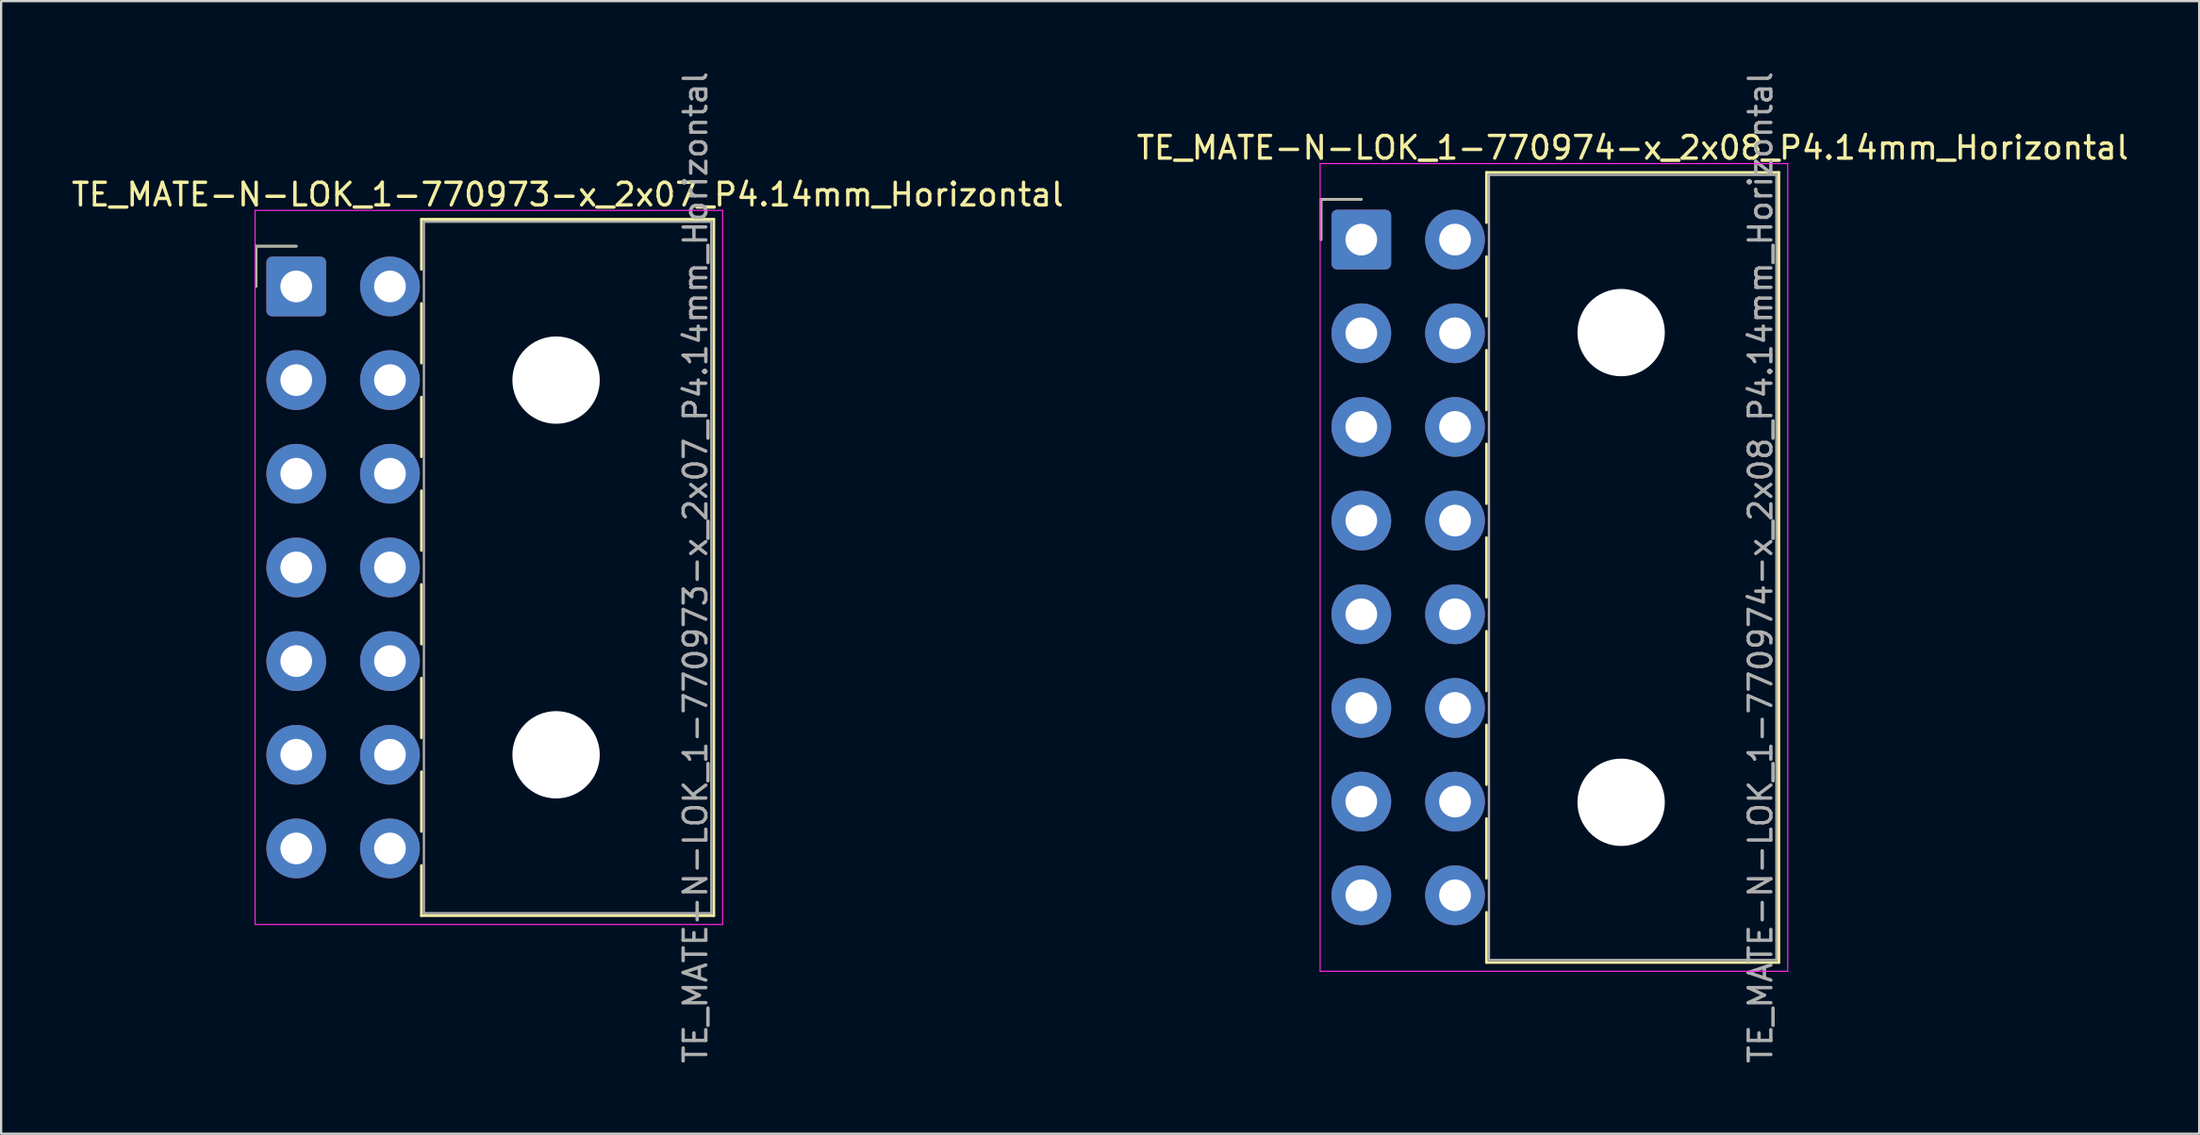
<source format=kicad_pcb>
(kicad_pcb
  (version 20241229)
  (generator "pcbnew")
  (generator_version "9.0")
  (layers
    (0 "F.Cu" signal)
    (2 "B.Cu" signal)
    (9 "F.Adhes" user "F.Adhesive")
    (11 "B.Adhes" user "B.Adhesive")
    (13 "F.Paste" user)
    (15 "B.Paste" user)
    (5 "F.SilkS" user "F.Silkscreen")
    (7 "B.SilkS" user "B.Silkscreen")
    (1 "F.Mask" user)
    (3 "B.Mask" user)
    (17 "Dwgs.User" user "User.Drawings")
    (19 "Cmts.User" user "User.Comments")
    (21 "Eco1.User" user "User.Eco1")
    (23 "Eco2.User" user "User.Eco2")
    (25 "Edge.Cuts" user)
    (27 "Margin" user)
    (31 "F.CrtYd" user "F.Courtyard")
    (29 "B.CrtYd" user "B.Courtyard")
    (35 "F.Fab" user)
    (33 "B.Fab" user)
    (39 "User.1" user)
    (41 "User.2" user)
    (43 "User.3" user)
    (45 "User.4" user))
  (footprint "TE_MATE-N-LOK_1-770974-x_2x08_P4.14mm_Horizontal"
    (layer "F.Cu")
    (at 57.099 7.54)
    (property "Reference" "TE_MATE-N-LOK_1-770974-x_2x08_P4.14mm_Horizontal" (at 11.99 -4.06 0) (layer "F.SilkS") (effects (font (size 1 1) (thickness 0.15))))
    (attr through_hole)
    (fp_line (start -1.78 -1.78) (end -1.78 0) (stroke (width 0.12) (type solid)) (layer "F.SilkS"))
    (fp_line (start 0 -1.78) (end -1.78 -1.78) (stroke (width 0.12) (type solid)) (layer "F.SilkS"))
    (fp_line (start 5.53 -2.97) (end 18.45 -2.97) (stroke (width 0.12) (type solid)) (layer "F.SilkS"))
    (fp_line (start 5.53 -0.751) (end 5.53 -2.97) (stroke (width 0.12) (type solid)) (layer "F.SilkS"))
    (fp_line (start 5.53 0.751) (end 5.53 3.389) (stroke (width 0.12) (type solid)) (layer "F.SilkS"))
    (fp_line (start 5.53 4.891) (end 5.53 7.529) (stroke (width 0.12) (type solid)) (layer "F.SilkS"))
    (fp_line (start 5.53 9.031) (end 5.53 11.669) (stroke (width 0.12) (type solid)) (layer "F.SilkS"))
    (fp_line (start 5.53 13.171) (end 5.53 15.809) (stroke (width 0.12) (type solid)) (layer "F.SilkS"))
    (fp_line (start 5.53 17.311) (end 5.53 19.949) (stroke (width 0.12) (type solid)) (layer "F.SilkS"))
    (fp_line (start 5.53 21.451) (end 5.53 24.089) (stroke (width 0.12) (type solid)) (layer "F.SilkS"))
    (fp_line (start 5.53 25.591) (end 5.53 28.229) (stroke (width 0.12) (type solid)) (layer "F.SilkS"))
    (fp_line (start 5.53 31.95) (end 5.53 29.731) (stroke (width 0.12) (type solid)) (layer "F.SilkS"))
    (fp_line (start 18.45 -2.97) (end 18.45 31.95) (stroke (width 0.12) (type solid)) (layer "F.SilkS"))
    (fp_line (start 18.45 31.95) (end 5.53 31.95) (stroke (width 0.12) (type solid)) (layer "F.SilkS"))
    (fp_line (start -1.82 -3.36) (end -1.82 32.34) (stroke (width 0.05) (type solid)) (layer "F.CrtYd"))
    (fp_line (start -1.82 32.34) (end 18.84 32.34) (stroke (width 0.05) (type solid)) (layer "F.CrtYd"))
    (fp_line (start 18.84 -3.36) (end -1.82 -3.36) (stroke (width 0.05) (type solid)) (layer "F.CrtYd"))
    (fp_line (start 18.84 32.34) (end 18.84 -3.36) (stroke (width 0.05) (type solid)) (layer "F.CrtYd"))
    (fp_line (start -1.78 -1.78) (end -1.78 0) (stroke (width 0.1) (type solid)) (layer "F.Fab"))
    (fp_line (start 0 -1.78) (end -1.78 -1.78) (stroke (width 0.1) (type solid)) (layer "F.Fab"))
    (fp_line (start 5.64 -2.86) (end 5.64 31.84) (stroke (width 0.1) (type solid)) (layer "F.Fab"))
    (fp_line (start 5.64 31.84) (end 18.34 31.84) (stroke (width 0.1) (type solid)) (layer "F.Fab"))
    (fp_line (start 18.34 -2.86) (end 5.64 -2.86) (stroke (width 0.1) (type solid)) (layer "F.Fab"))
    (fp_line (start 18.34 31.84) (end 18.34 -2.86) (stroke (width 0.1) (type solid)) (layer "F.Fab"))
    (fp_text user "${REFERENCE}" (at 17.64 14.49 90) (layer "F.Fab") (effects (font (size 1 1) (thickness 0.15))))
    (pad "" np_thru_hole circle (at 11.48 4.11) (size 3.86 3.86) (drill 3.86) (layers "*.Cu" "*.Mask"))
    (pad "" np_thru_hole circle (at 11.48 24.87) (size 3.86 3.86) (drill 3.86) (layers "*.Cu" "*.Mask"))
    (pad "1" thru_hole roundrect (at 0 0) (size 2.64 2.64) (drill 1.4) (layers "*.Cu" "*.Mask") (roundrect_rratio 0.095))
    (pad "2" thru_hole circle (at 0 4.14) (size 2.64 2.64) (drill 1.4) (layers "*.Cu" "*.Mask"))
    (pad "3" thru_hole circle (at 0 8.28) (size 2.64 2.64) (drill 1.4) (layers "*.Cu" "*.Mask"))
    (pad "4" thru_hole circle (at 0 12.42) (size 2.64 2.64) (drill 1.4) (layers "*.Cu" "*.Mask"))
    (pad "5" thru_hole circle (at 0 16.56) (size 2.64 2.64) (drill 1.4) (layers "*.Cu" "*.Mask"))
    (pad "6" thru_hole circle (at 0 20.7) (size 2.64 2.64) (drill 1.4) (layers "*.Cu" "*.Mask"))
    (pad "7" thru_hole circle (at 0 24.84) (size 2.64 2.64) (drill 1.4) (layers "*.Cu" "*.Mask"))
    (pad "8" thru_hole circle (at 0 28.98) (size 2.64 2.64) (drill 1.4) (layers "*.Cu" "*.Mask"))
    (pad "9" thru_hole circle (at 4.14 0) (size 2.64 2.64) (drill 1.4) (layers "*.Cu" "*.Mask"))
    (pad "10" thru_hole circle (at 4.14 4.14) (size 2.64 2.64) (drill 1.4) (layers "*.Cu" "*.Mask"))
    (pad "11" thru_hole circle (at 4.14 8.28) (size 2.64 2.64) (drill 1.4) (layers "*.Cu" "*.Mask"))
    (pad "12" thru_hole circle (at 4.14 12.42) (size 2.64 2.64) (drill 1.4) (layers "*.Cu" "*.Mask"))
    (pad "13" thru_hole circle (at 4.14 16.56) (size 2.64 2.64) (drill 1.4) (layers "*.Cu" "*.Mask"))
    (pad "14" thru_hole circle (at 4.14 20.7) (size 2.64 2.64) (drill 1.4) (layers "*.Cu" "*.Mask"))
    (pad "15" thru_hole circle (at 4.14 24.84) (size 2.64 2.64) (drill 1.4) (layers "*.Cu" "*.Mask"))
    (pad "16" thru_hole circle (at 4.14 28.98) (size 2.64 2.64) (drill 1.4) (layers "*.Cu" "*.Mask")))
  (footprint "TE_MATE-N-LOK_1-770973-x_2x07_P4.14mm_Horizontal"
    (layer "F.Cu")
    (at 10.04 9.61)
    (property "Reference" "TE_MATE-N-LOK_1-770973-x_2x07_P4.14mm_Horizontal" (at 11.99 -4.06 0) (layer "F.SilkS") (effects (font (size 1 1) (thickness 0.15))))
    (attr through_hole)
    (fp_line (start -1.78 -1.78) (end -1.78 0) (stroke (width 0.12) (type solid)) (layer "F.SilkS"))
    (fp_line (start 0 -1.78) (end -1.78 -1.78) (stroke (width 0.12) (type solid)) (layer "F.SilkS"))
    (fp_line (start 5.53 -2.97) (end 18.45 -2.97) (stroke (width 0.12) (type solid)) (layer "F.SilkS"))
    (fp_line (start 5.53 -0.751) (end 5.53 -2.97) (stroke (width 0.12) (type solid)) (layer "F.SilkS"))
    (fp_line (start 5.53 0.751) (end 5.53 3.389) (stroke (width 0.12) (type solid)) (layer "F.SilkS"))
    (fp_line (start 5.53 4.891) (end 5.53 7.529) (stroke (width 0.12) (type solid)) (layer "F.SilkS"))
    (fp_line (start 5.53 9.031) (end 5.53 11.669) (stroke (width 0.12) (type solid)) (layer "F.SilkS"))
    (fp_line (start 5.53 13.171) (end 5.53 15.809) (stroke (width 0.12) (type solid)) (layer "F.SilkS"))
    (fp_line (start 5.53 17.311) (end 5.53 19.949) (stroke (width 0.12) (type solid)) (layer "F.SilkS"))
    (fp_line (start 5.53 21.451) (end 5.53 24.089) (stroke (width 0.12) (type solid)) (layer "F.SilkS"))
    (fp_line (start 5.53 27.81) (end 5.53 25.591) (stroke (width 0.12) (type solid)) (layer "F.SilkS"))
    (fp_line (start 18.45 -2.97) (end 18.45 27.81) (stroke (width 0.12) (type solid)) (layer "F.SilkS"))
    (fp_line (start 18.45 27.81) (end 5.53 27.81) (stroke (width 0.12) (type solid)) (layer "F.SilkS"))
    (fp_line (start -1.82 -3.36) (end -1.82 28.2) (stroke (width 0.05) (type solid)) (layer "F.CrtYd"))
    (fp_line (start -1.82 28.2) (end 18.84 28.2) (stroke (width 0.05) (type solid)) (layer "F.CrtYd"))
    (fp_line (start 18.84 -3.36) (end -1.82 -3.36) (stroke (width 0.05) (type solid)) (layer "F.CrtYd"))
    (fp_line (start 18.84 28.2) (end 18.84 -3.36) (stroke (width 0.05) (type solid)) (layer "F.CrtYd"))
    (fp_line (start -1.78 -1.78) (end -1.78 0) (stroke (width 0.1) (type solid)) (layer "F.Fab"))
    (fp_line (start 0 -1.78) (end -1.78 -1.78) (stroke (width 0.1) (type solid)) (layer "F.Fab"))
    (fp_line (start 5.64 -2.86) (end 5.64 27.7) (stroke (width 0.1) (type solid)) (layer "F.Fab"))
    (fp_line (start 5.64 27.7) (end 18.34 27.7) (stroke (width 0.1) (type solid)) (layer "F.Fab"))
    (fp_line (start 18.34 -2.86) (end 5.64 -2.86) (stroke (width 0.1) (type solid)) (layer "F.Fab"))
    (fp_line (start 18.34 27.7) (end 18.34 -2.86) (stroke (width 0.1) (type solid)) (layer "F.Fab"))
    (fp_text user "${REFERENCE}" (at 17.64 12.42 90) (layer "F.Fab") (effects (font (size 1 1) (thickness 0.15))))
    (pad "" np_thru_hole circle (at 11.48 4.14) (size 3.86 3.86) (drill 3.86) (layers "*.Cu" "*.Mask"))
    (pad "" np_thru_hole circle (at 11.48 20.7) (size 3.86 3.86) (drill 3.86) (layers "*.Cu" "*.Mask"))
    (pad "1" thru_hole roundrect (at 0 0) (size 2.64 2.64) (drill 1.4) (layers "*.Cu" "*.Mask") (roundrect_rratio 0.095))
    (pad "2" thru_hole circle (at 0 4.14) (size 2.64 2.64) (drill 1.4) (layers "*.Cu" "*.Mask"))
    (pad "3" thru_hole circle (at 0 8.28) (size 2.64 2.64) (drill 1.4) (layers "*.Cu" "*.Mask"))
    (pad "4" thru_hole circle (at 0 12.42) (size 2.64 2.64) (drill 1.4) (layers "*.Cu" "*.Mask"))
    (pad "5" thru_hole circle (at 0 16.56) (size 2.64 2.64) (drill 1.4) (layers "*.Cu" "*.Mask"))
    (pad "6" thru_hole circle (at 0 20.7) (size 2.64 2.64) (drill 1.4) (layers "*.Cu" "*.Mask"))
    (pad "7" thru_hole circle (at 0 24.84) (size 2.64 2.64) (drill 1.4) (layers "*.Cu" "*.Mask"))
    (pad "8" thru_hole circle (at 4.14 0) (size 2.64 2.64) (drill 1.4) (layers "*.Cu" "*.Mask"))
    (pad "9" thru_hole circle (at 4.14 4.14) (size 2.64 2.64) (drill 1.4) (layers "*.Cu" "*.Mask"))
    (pad "10" thru_hole circle (at 4.14 8.28) (size 2.64 2.64) (drill 1.4) (layers "*.Cu" "*.Mask"))
    (pad "11" thru_hole circle (at 4.14 12.42) (size 2.64 2.64) (drill 1.4) (layers "*.Cu" "*.Mask"))
    (pad "12" thru_hole circle (at 4.14 16.56) (size 2.64 2.64) (drill 1.4) (layers "*.Cu" "*.Mask"))
    (pad "13" thru_hole circle (at 4.14 20.7) (size 2.64 2.64) (drill 1.4) (layers "*.Cu" "*.Mask"))
    (pad "14" thru_hole circle (at 4.14 24.84) (size 2.64 2.64) (drill 1.4) (layers "*.Cu" "*.Mask")))
  (gr_rect
    (start -3 -3)
    (end 94.119 47.06)
    (stroke (width 0.1) (type default))
    (fill no)
    (layer "Edge.Cuts")))
</source>
